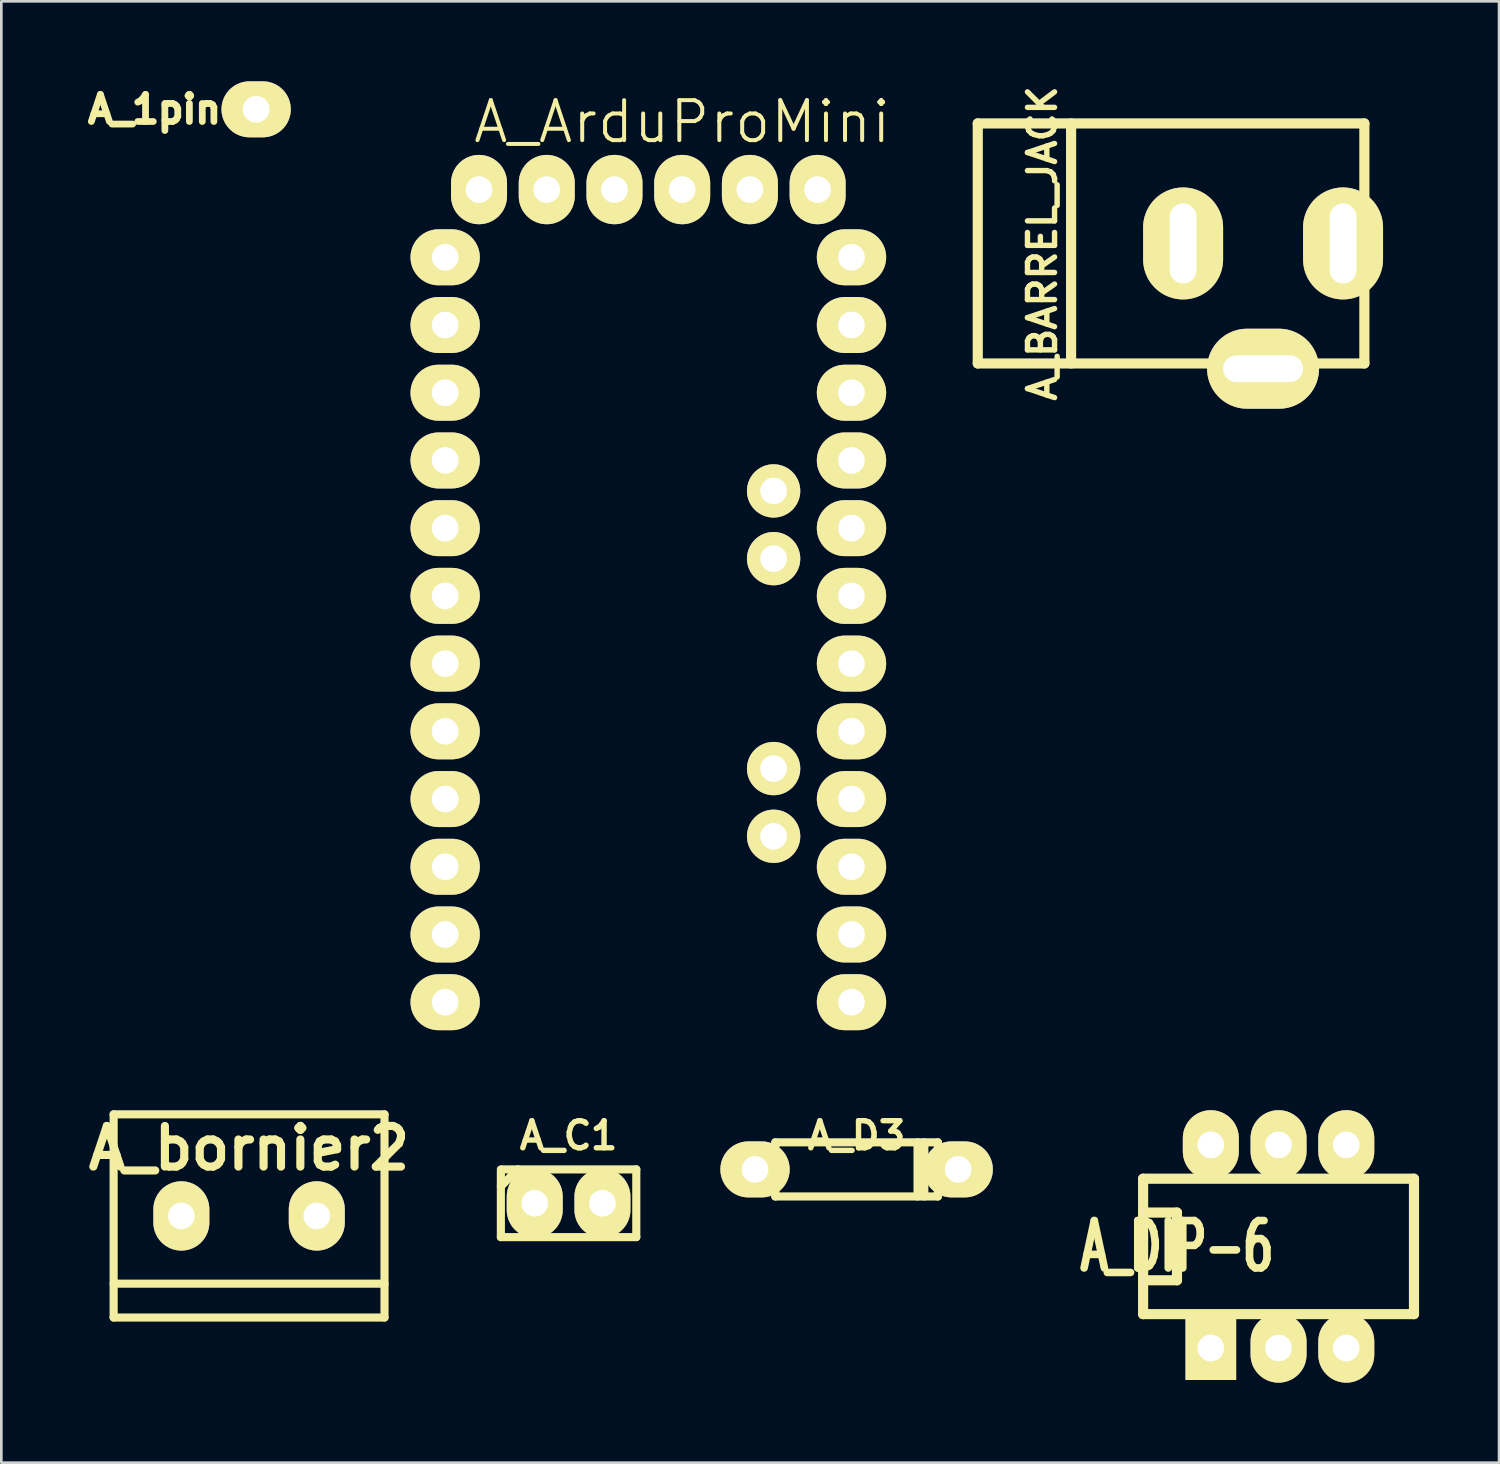
<source format=kicad_pcb>
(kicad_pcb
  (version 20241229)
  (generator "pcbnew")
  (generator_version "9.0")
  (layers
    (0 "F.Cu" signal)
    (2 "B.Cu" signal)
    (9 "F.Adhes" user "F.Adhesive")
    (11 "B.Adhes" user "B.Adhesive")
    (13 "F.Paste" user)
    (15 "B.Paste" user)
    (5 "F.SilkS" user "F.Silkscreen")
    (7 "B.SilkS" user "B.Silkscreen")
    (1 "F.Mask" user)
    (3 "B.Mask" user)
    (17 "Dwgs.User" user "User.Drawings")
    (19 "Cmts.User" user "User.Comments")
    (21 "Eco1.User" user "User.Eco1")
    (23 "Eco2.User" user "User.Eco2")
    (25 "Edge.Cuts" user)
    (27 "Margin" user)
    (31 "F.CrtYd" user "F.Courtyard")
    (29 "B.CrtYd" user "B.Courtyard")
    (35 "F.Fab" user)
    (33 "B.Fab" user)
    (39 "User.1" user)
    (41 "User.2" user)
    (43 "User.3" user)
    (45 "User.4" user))
  (footprint "A_DIP-6"
    (layer "F.Cu")
    (at 44.905 43.7)
    (property "Reference" "A_DIP-6" (at -3.81 0 0) (layer "F.SilkS") (effects (font (size 1.778 1.143) (thickness 0.286))))
    (attr through_hole)
    (fp_line (start -5.08 -1.27) (end -3.81 -1.27) (stroke (width 0.381) (type solid)) (layer "F.SilkS"))
    (fp_line (start -5.08 2.54) (end -5.08 -2.54) (stroke (width 0.381) (type solid)) (layer "F.SilkS"))
    (fp_line (start -3.81 -1.27) (end -3.81 1.27) (stroke (width 0.381) (type solid)) (layer "F.SilkS"))
    (fp_line (start -3.81 1.27) (end -5.08 1.27) (stroke (width 0.381) (type solid)) (layer "F.SilkS"))
    (fp_line (start 5.08 -2.54) (end -5.08 -2.54) (stroke (width 0.381) (type solid)) (layer "F.SilkS"))
    (fp_line (start 5.08 -2.54) (end 5.08 2.54) (stroke (width 0.381) (type solid)) (layer "F.SilkS"))
    (fp_line (start 5.08 2.54) (end -5.08 2.54) (stroke (width 0.381) (type solid)) (layer "F.SilkS"))
    (pad "1" thru_hole rect (at -2.54 3.81) (size 1.9 2.4) (drill 1) (layers "*.Cu" "*.Mask" "F.SilkS"))
    (pad "2" thru_hole oval (at 0 3.81) (size 2.1 2.6) (drill 1) (layers "*.Cu" "*.Mask" "F.SilkS"))
    (pad "3" thru_hole oval (at 2.54 3.81) (size 2.1 2.6) (drill 1) (layers "*.Cu" "*.Mask" "F.SilkS"))
    (pad "4" thru_hole oval (at 2.54 -3.81) (size 2.1 2.6) (drill 1) (layers "*.Cu" "*.Mask" "F.SilkS"))
    (pad "5" thru_hole oval (at 0 -3.81) (size 2.1 2.6) (drill 1) (layers "*.Cu" "*.Mask" "F.SilkS"))
    (pad "6" thru_hole oval (at -2.54 -3.81) (size 2.1 2.6) (drill 1) (layers "*.Cu" "*.Mask" "F.SilkS")))
  (footprint "A_ArduProMini"
    (layer "F.Cu")
    (at 11.107 0.25)
    (property "Reference" "A_ArduProMini" (at 11.43 1.27 0) (layer "F.SilkS") (effects (font (size 1.5 1.5) (thickness 0.15))))
    (attr through_hole)
    (pad "1" thru_hole oval (at 3.81 3.81) (size 2.1 2.6) (drill 1) (layers "*.Cu" "*.Mask" "F.SilkS"))
    (pad "2" thru_hole oval (at 6.35 3.81) (size 2.1 2.6) (drill 1) (layers "*.Cu" "*.Mask" "F.SilkS"))
    (pad "3" thru_hole oval (at 8.89 3.81) (size 2.1 2.6) (drill 1) (layers "*.Cu" "*.Mask" "F.SilkS"))
    (pad "4" thru_hole oval (at 11.43 3.81) (size 2.1 2.6) (drill 1) (layers "*.Cu" "*.Mask" "F.SilkS"))
    (pad "5" thru_hole oval (at 13.97 3.81) (size 2.1 2.6) (drill 1) (layers "*.Cu" "*.Mask" "F.SilkS"))
    (pad "6" thru_hole oval (at 16.51 3.81) (size 2.1 2.6) (drill 1) (layers "*.Cu" "*.Mask" "F.SilkS"))
    (pad "7" thru_hole oval (at 2.54 6.35) (size 2.6 2.1) (drill 1) (layers "*.Cu" "*.Mask" "F.SilkS"))
    (pad "8" thru_hole oval (at 2.54 8.89) (size 2.6 2.1) (drill 1) (layers "*.Cu" "*.Mask" "F.SilkS"))
    (pad "9" thru_hole oval (at 2.54 11.43) (size 2.6 2.1) (drill 1) (layers "*.Cu" "*.Mask" "F.SilkS"))
    (pad "10" thru_hole oval (at 2.54 13.97) (size 2.6 2.1) (drill 1) (layers "*.Cu" "*.Mask" "F.SilkS"))
    (pad "11" thru_hole oval (at 2.54 16.51) (size 2.6 2.1) (drill 1) (layers "*.Cu" "*.Mask" "F.SilkS"))
    (pad "12" thru_hole oval (at 2.54 19.05) (size 2.6 2.1) (drill 1) (layers "*.Cu" "*.Mask" "F.SilkS"))
    (pad "13" thru_hole oval (at 2.54 21.59) (size 2.6 2.1) (drill 1) (layers "*.Cu" "*.Mask" "F.SilkS"))
    (pad "14" thru_hole oval (at 2.54 24.13) (size 2.6 2.1) (drill 1) (layers "*.Cu" "*.Mask" "F.SilkS"))
    (pad "15" thru_hole oval (at 2.54 26.67) (size 2.6 2.1) (drill 1) (layers "*.Cu" "*.Mask" "F.SilkS"))
    (pad "16" thru_hole oval (at 2.54 29.21) (size 2.6 2.1) (drill 1) (layers "*.Cu" "*.Mask" "F.SilkS"))
    (pad "17" thru_hole oval (at 2.54 31.75) (size 2.6 2.1) (drill 1) (layers "*.Cu" "*.Mask" "F.SilkS"))
    (pad "18" thru_hole oval (at 2.54 34.29) (size 2.6 2.1) (drill 1) (layers "*.Cu" "*.Mask" "F.SilkS"))
    (pad "19" thru_hole oval (at 17.78 6.35) (size 2.6 2.1) (drill 1) (layers "*.Cu" "*.Mask" "F.SilkS"))
    (pad "20" thru_hole oval (at 17.78 8.89) (size 2.6 2.1) (drill 1) (layers "*.Cu" "*.Mask" "F.SilkS"))
    (pad "21" thru_hole oval (at 17.78 11.43) (size 2.6 2.1) (drill 1) (layers "*.Cu" "*.Mask" "F.SilkS"))
    (pad "22" thru_hole oval (at 17.78 13.97) (size 2.6 2.1) (drill 1) (layers "*.Cu" "*.Mask" "F.SilkS"))
    (pad "23" thru_hole oval (at 17.78 16.51) (size 2.6 2.1) (drill 1) (layers "*.Cu" "*.Mask" "F.SilkS"))
    (pad "24" thru_hole oval (at 17.78 19.05) (size 2.6 2.1) (drill 1) (layers "*.Cu" "*.Mask" "F.SilkS"))
    (pad "25" thru_hole oval (at 17.78 21.59) (size 2.6 2.1) (drill 1) (layers "*.Cu" "*.Mask" "F.SilkS"))
    (pad "26" thru_hole oval (at 17.78 24.13) (size 2.6 2.1) (drill 1) (layers "*.Cu" "*.Mask" "F.SilkS"))
    (pad "27" thru_hole oval (at 17.78 26.67) (size 2.6 2.1) (drill 1) (layers "*.Cu" "*.Mask" "F.SilkS"))
    (pad "28" thru_hole oval (at 17.78 29.21) (size 2.6 2.1) (drill 1) (layers "*.Cu" "*.Mask" "F.SilkS"))
    (pad "29" thru_hole oval (at 17.78 31.75) (size 2.6 2.1) (drill 1) (layers "*.Cu" "*.Mask" "F.SilkS"))
    (pad "30" thru_hole oval (at 17.78 34.29) (size 2.6 2.1) (drill 1) (layers "*.Cu" "*.Mask" "F.SilkS"))
    (pad "31" thru_hole oval (at 14.859 15.113) (size 2 2) (drill 1) (layers "*.Cu" "*.Mask" "F.SilkS"))
    (pad "32" thru_hole oval (at 14.859 17.653) (size 2 2) (drill 1) (layers "*.Cu" "*.Mask" "F.SilkS"))
    (pad "34" thru_hole oval (at 14.859 25.527) (size 2 2) (drill 1) (layers "*.Cu" "*.Mask" "F.SilkS"))
    (pad "35" thru_hole oval (at 14.859 28.067) (size 2 2) (drill 1) (layers "*.Cu" "*.Mask" "F.SilkS")))
  (footprint "A_BARREL_JACK"
    (layer "F.Cu")
    (at 41.124 6.081)
    (property "Reference" "A_BARREL_JACK" (at -5.08 0 90) (layer "F.SilkS") (effects (font (size 1.016 1.016) (thickness 0.203))))
    (attr through_hole)
    (fp_line (start -7.501 -4.501) (end -7.501 4.501) (stroke (width 0.381) (type solid)) (layer "F.SilkS"))
    (fp_line (start -7.501 4.501) (end 7 4.501) (stroke (width 0.381) (type solid)) (layer "F.SilkS"))
    (fp_line (start -4 -4.501) (end -4 4.501) (stroke (width 0.381) (type solid)) (layer "F.SilkS"))
    (fp_line (start 7 -4.501) (end -7.501 -4.501) (stroke (width 0.381) (type solid)) (layer "F.SilkS"))
    (fp_line (start 7 4.501) (end 7 -4.501) (stroke (width 0.381) (type solid)) (layer "F.SilkS"))
    (pad "1" thru_hole oval (at 6.2 0) (size 3 4.2) (drill oval 1.001 3) (layers "*.Cu" "*.Mask" "F.SilkS"))
    (pad "2" thru_hole oval (at 0.201 0) (size 3 4.2) (drill oval 1.001 3) (layers "*.Cu" "*.Mask" "F.SilkS"))
    (pad "3" thru_hole oval (at 3.2 4.699) (size 4.2 3) (drill oval 3 1.001) (layers "*.Cu" "*.Mask" "F.SilkS")))
  (footprint "A_D3"
    (layer "F.Cu")
    (at 29.079 40.811)
    (property "Reference" "A_D3" (at 0 -1.27 0) (layer "F.SilkS") (effects (font (size 1.016 1.016) (thickness 0.203))))
    (attr through_hole)
    (fp_line (start -3.048 -1.016) (end -3.048 0) (stroke (width 0.305) (type solid)) (layer "F.SilkS"))
    (fp_line (start -3.048 0) (end -3.81 0) (stroke (width 0.305) (type solid)) (layer "F.SilkS"))
    (fp_line (start -3.048 0) (end -3.048 1.016) (stroke (width 0.305) (type solid)) (layer "F.SilkS"))
    (fp_line (start -3.048 1.016) (end 3.048 1.016) (stroke (width 0.305) (type solid)) (layer "F.SilkS"))
    (fp_line (start 2.286 1.016) (end 2.286 -1.016) (stroke (width 0.305) (type solid)) (layer "F.SilkS"))
    (fp_line (start 2.54 -1.016) (end 2.54 1.016) (stroke (width 0.305) (type solid)) (layer "F.SilkS"))
    (fp_line (start 3.048 -1.016) (end -3.048 -1.016) (stroke (width 0.305) (type solid)) (layer "F.SilkS"))
    (fp_line (start 3.048 0) (end 3.048 -1.016) (stroke (width 0.305) (type solid)) (layer "F.SilkS"))
    (fp_line (start 3.048 1.016) (end 3.048 0) (stroke (width 0.305) (type solid)) (layer "F.SilkS"))
    (fp_line (start 3.81 0) (end 3.048 0) (stroke (width 0.305) (type solid)) (layer "F.SilkS"))
    (pad "1" thru_hole oval (at -3.81 0) (size 2.6 2.1) (drill 1) (layers "*.Cu" "*.Mask" "F.SilkS"))
    (pad "2" thru_hole oval (at 3.81 0) (size 2.6 2.1) (drill 1) (layers "*.Cu" "*.Mask" "F.SilkS")))
  (footprint "A_bornier2"
    (layer "F.Cu")
    (at 6.292 42.556)
    (property "Reference" "A_bornier2" (at 0 -2.54 0) (layer "F.SilkS") (effects (font (size 1.524 1.524) (thickness 0.305))))
    (attr through_hole)
    (fp_line (start -5.08 -3.81) (end -5.08 3.81) (stroke (width 0.305) (type solid)) (layer "F.SilkS"))
    (fp_line (start -5.08 3.81) (end 5.08 3.81) (stroke (width 0.305) (type solid)) (layer "F.SilkS"))
    (fp_line (start 5.08 -3.81) (end -5.08 -3.81) (stroke (width 0.305) (type solid)) (layer "F.SilkS"))
    (fp_line (start 5.08 2.54) (end -5.08 2.54) (stroke (width 0.305) (type solid)) (layer "F.SilkS"))
    (fp_line (start 5.08 3.81) (end 5.08 -3.81) (stroke (width 0.305) (type solid)) (layer "F.SilkS"))
    (pad "1" thru_hole oval (at -2.54 0) (size 2.1 2.6) (drill 1) (layers "*.Cu" "*.Mask" "F.SilkS"))
    (pad "2" thru_hole oval (at 2.54 0) (size 2.1 2.6) (drill 1) (layers "*.Cu" "*.Mask" "F.SilkS")))
  (footprint "A_1pin"
    (layer "F.Cu")
    (at 6.557 1.05)
    (property "Reference" "A_1pin" (at -3.81 0 0) (layer "F.SilkS") (effects (font (size 1.016 1.016) (thickness 0.254))))
    (attr through_hole)
    (pad "1" thru_hole oval (at 0 0) (size 2.6 2.1) (drill 1) (layers "*.Cu" "*.Mask" "F.SilkS")))
  (footprint "A_C1"
    (layer "F.Cu")
    (at 18.276 42.081)
    (property "Reference" "A_C1" (at 0 -2.54 0) (layer "F.SilkS") (effects (font (size 1.016 1.016) (thickness 0.203))))
    (attr through_hole)
    (fp_line (start -2.54 -0.635) (end -1.905 -1.27) (stroke (width 0.305) (type solid)) (layer "F.SilkS"))
    (fp_line (start -2.54 1.27) (end -2.54 -1.27) (stroke (width 0.305) (type solid)) (layer "F.SilkS"))
    (fp_line (start -2.489 -1.27) (end 2.54 -1.27) (stroke (width 0.305) (type solid)) (layer "F.SilkS"))
    (fp_line (start 2.54 -1.27) (end 2.54 1.27) (stroke (width 0.305) (type solid)) (layer "F.SilkS"))
    (fp_line (start 2.54 1.27) (end -2.54 1.27) (stroke (width 0.305) (type solid)) (layer "F.SilkS"))
    (pad "1" thru_hole oval (at -1.27 0) (size 2.1 2.6) (drill 1) (layers "*.Cu" "*.Mask" "F.SilkS"))
    (pad "2" thru_hole oval (at 1.27 0) (size 2.1 2.6) (drill 1) (layers "*.Cu" "*.Mask" "F.SilkS")))
  (gr_rect
    (start -3 -3)
    (end 53.176 51.81)
    (stroke (width 0.1) (type default))
    (fill no)
    (layer "Edge.Cuts")))
</source>
